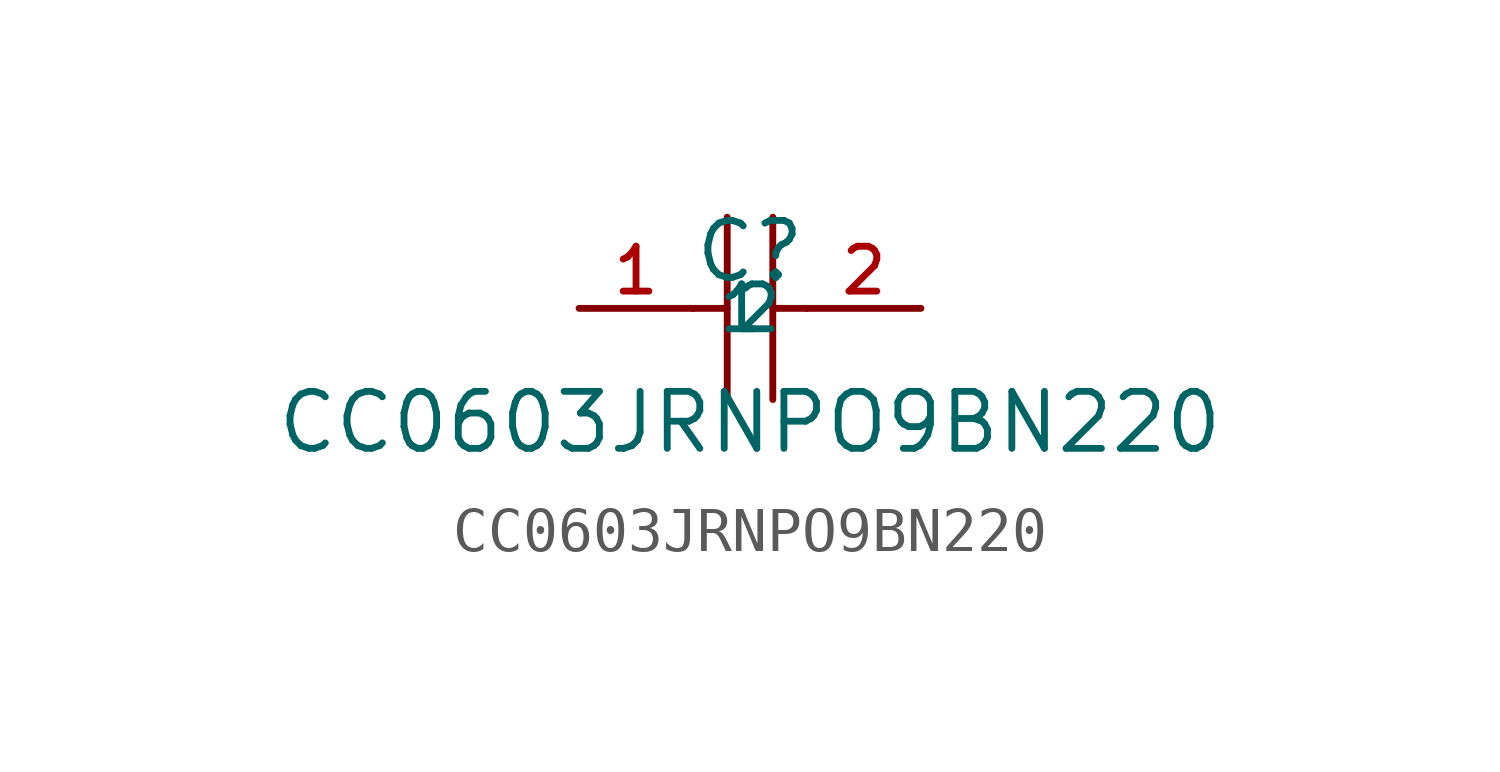
<source format=kicad_sym>
(kicad_symbol_lib
  (version 20210201)
  (generator TousstNicolas/JLC2KiCad_lib)
  (symbol "CC0603JRNPO9BN220"
    (property "Reference" "C"
      (at 0 1.27 0)
      (effects (font (size 1.27 1.27))))
    (property "Value" "CC0603JRNPO9BN220"
      (at 0 -2.54 0)
      (effects (font (size 1.27 1.27))))
    (symbol "CC0603JRNPO9BN220_0_1"
      (polyline (pts (xy -0.508 2.032) (xy -0.508 -2.032)) (stroke (width 0) (type default) (color 0 0 0 0)) (fill (type none)))
      (polyline (pts (xy 0.508 2.032) (xy 0.508 -2.032)) (stroke (width 0) (type default) (color 0 0 0 0)) (fill (type none)))
      (pin input line (at -3.81 -0.0 0) (length 2.54) (name "1" (effects (font (size 1 1)))) (number "1" (effects (font (size 1 1)))))
      (pin input line (at 3.81 -0.0 180) (length 2.54) (name "2" (effects (font (size 1 1)))) (number "2" (effects (font (size 1 1)))))
      (polyline (pts (xy -1.27 -0.0) (xy -0.508 -0.0)) (stroke (width 0) (type default) (color 0 0 0 0)) (fill (type none)))
      (polyline (pts (xy 0.508 -0.0) (xy 1.27 -0.0)) (stroke (width 0) (type default) (color 0 0 0 0)) (fill (type none))))))
</source>
